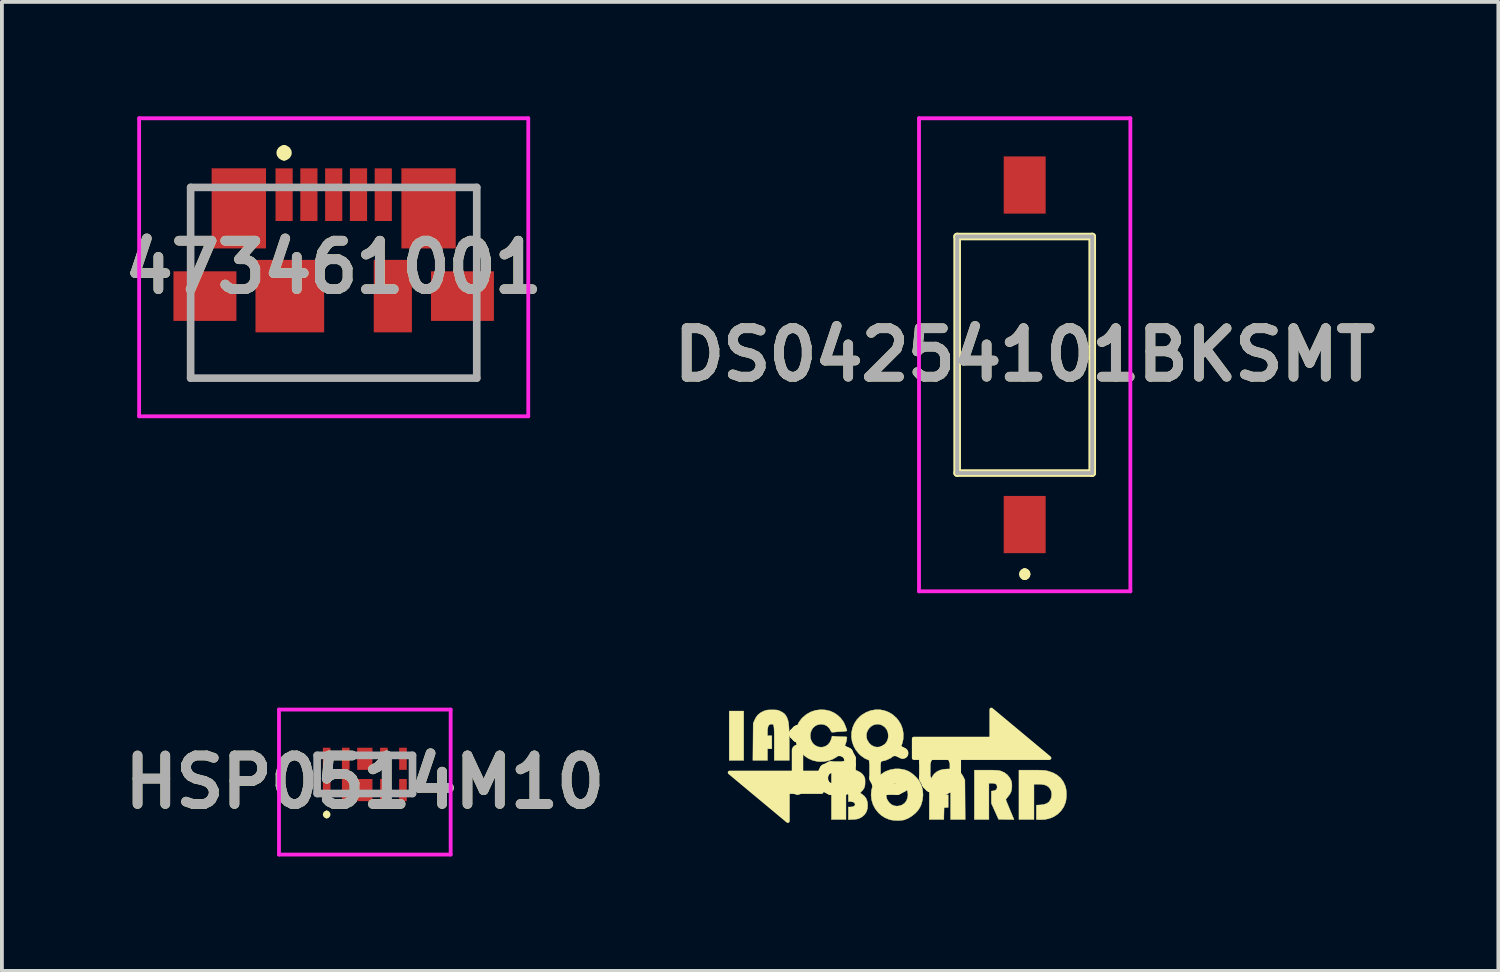
<source format=kicad_pcb>
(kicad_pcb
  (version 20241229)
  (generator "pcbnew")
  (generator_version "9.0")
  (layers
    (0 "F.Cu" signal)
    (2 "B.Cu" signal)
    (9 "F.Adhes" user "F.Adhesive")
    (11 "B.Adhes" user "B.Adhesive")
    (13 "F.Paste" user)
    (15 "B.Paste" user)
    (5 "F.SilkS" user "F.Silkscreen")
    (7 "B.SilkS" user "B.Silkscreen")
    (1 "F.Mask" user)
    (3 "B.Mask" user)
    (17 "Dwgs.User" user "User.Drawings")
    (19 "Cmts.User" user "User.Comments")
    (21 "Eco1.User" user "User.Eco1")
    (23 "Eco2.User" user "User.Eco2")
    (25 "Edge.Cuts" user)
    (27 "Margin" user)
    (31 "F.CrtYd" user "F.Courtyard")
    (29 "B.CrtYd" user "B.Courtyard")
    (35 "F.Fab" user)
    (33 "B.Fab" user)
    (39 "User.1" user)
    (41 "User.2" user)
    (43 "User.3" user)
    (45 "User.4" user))
  (footprint "473461001"
    (layer "F.Cu")
    (at 5.697 3.956)
    (property "Reference" "473461001" (at 0 0 0) (layer "F.SilkS") (effects (font (size 1.27 1.27) (thickness 0.254))))
    (attr smd)
    (fp_line (start -3.75 -2.094) (end -3.75 -0.467) (stroke (width 0.1) (type solid)) (layer "F.SilkS"))
    (fp_line (start -1.3 -3.1) (end -1.3 -3.1) (stroke (width 0.2) (type solid)) (layer "F.SilkS"))
    (fp_line (start -1.3 -2.9) (end -1.3 -2.9) (stroke (width 0.2) (type solid)) (layer "F.SilkS"))
    (fp_line (start 3.75 -2.094) (end 3.75 -0.467) (stroke (width 0.1) (type solid)) (layer "F.SilkS"))
    (fp_line (start 3.75 2.906) (end -3.75 2.906) (stroke (width 0.1) (type solid)) (layer "F.SilkS"))
    (fp_arc (start -1.3 -3.1) (mid -1.2 -3) (end -1.3 -2.9) (stroke (width 0.2) (type solid)) (layer "F.SilkS"))
    (fp_arc (start -1.3 -2.9) (mid -1.4 -3) (end -1.3 -3.1) (stroke (width 0.2) (type solid)) (layer "F.SilkS"))
    (fp_line (start -5.1 -3.906) (end 5.1 -3.906) (stroke (width 0.1) (type solid)) (layer "F.CrtYd"))
    (fp_line (start -5.1 3.906) (end -5.1 -3.906) (stroke (width 0.1) (type solid)) (layer "F.CrtYd"))
    (fp_line (start 5.1 -3.906) (end 5.1 3.906) (stroke (width 0.1) (type solid)) (layer "F.CrtYd"))
    (fp_line (start 5.1 3.906) (end -5.1 3.906) (stroke (width 0.1) (type solid)) (layer "F.CrtYd"))
    (fp_line (start -3.75 -2.094) (end 3.75 -2.094) (stroke (width 0.2) (type solid)) (layer "F.Fab"))
    (fp_line (start -3.75 2.906) (end -3.75 -2.094) (stroke (width 0.2) (type solid)) (layer "F.Fab"))
    (fp_line (start 3.75 -2.094) (end 3.75 2.906) (stroke (width 0.2) (type solid)) (layer "F.Fab"))
    (fp_line (start 3.75 2.906) (end -3.75 2.906) (stroke (width 0.2) (type solid)) (layer "F.Fab"))
    (fp_text user "${REFERENCE}" (at 0 0 0) (layer "F.Fab") (effects (font (size 1.27 1.27) (thickness 0.254))))
    (pad "1" smd rect (at -1.3 -1.903) (size 0.45 1.38) (layers "F.Cu" "F.Mask" "F.Paste"))
    (pad "2" smd rect (at -0.65 -1.903) (size 0.45 1.38) (layers "F.Cu" "F.Mask" "F.Paste"))
    (pad "3" smd rect (at 0 -1.903) (size 0.45 1.38) (layers "F.Cu" "F.Mask" "F.Paste"))
    (pad "4" smd rect (at 0.65 -1.903) (size 0.45 1.38) (layers "F.Cu" "F.Mask" "F.Paste"))
    (pad "5" smd rect (at 1.3 -1.903) (size 0.45 1.38) (layers "F.Cu" "F.Mask" "F.Paste"))
    (pad "6" smd rect (at -3.375 0.756 90) (size 1.3 1.65) (layers "F.Cu" "F.Mask" "F.Paste"))
    (pad "6" smd rect (at -2.487 -1.544) (size 1.425 2.1) (layers "F.Cu" "F.Mask" "F.Paste"))
    (pad "6" smd rect (at -1.15 0.756) (size 1.8 1.9) (layers "F.Cu" "F.Mask" "F.Paste"))
    (pad "6" smd rect (at 1.55 0.756) (size 1 1.9) (layers "F.Cu" "F.Mask" "F.Paste"))
    (pad "6" smd rect (at 2.487 -1.544) (size 1.425 2.1) (layers "F.Cu" "F.Mask" "F.Paste"))
    (pad "6" smd rect (at 3.375 0.756 90) (size 1.3 1.65) (layers "F.Cu" "F.Mask" "F.Paste")))
  (footprint "DS04254101BKSMT"
    (layer "F.Cu")
    (at 23.81 6.25)
    (property "Reference" "DS04254101BKSMT" (at 0 0 0) (layer "F.SilkS") (effects (font (size 1.27 1.27) (thickness 0.254))))
    (attr smd)
    (fp_line (start -1.77 -3.1) (end 1.77 -3.1) (stroke (width 0.2) (type solid)) (layer "F.SilkS"))
    (fp_line (start -1.77 3.1) (end -1.77 -3.1) (stroke (width 0.2) (type solid)) (layer "F.SilkS"))
    (fp_line (start 0 5.7) (end 0 5.7) (stroke (width 0.2) (type solid)) (layer "F.SilkS"))
    (fp_line (start 0 5.8) (end 0 5.8) (stroke (width 0.2) (type solid)) (layer "F.SilkS"))
    (fp_line (start 0 5.8) (end 0 5.8) (stroke (width 0.2) (type solid)) (layer "F.SilkS"))
    (fp_line (start 1.77 -3.1) (end 1.77 3.1) (stroke (width 0.2) (type solid)) (layer "F.SilkS"))
    (fp_line (start 1.77 3.1) (end -1.77 3.1) (stroke (width 0.2) (type solid)) (layer "F.SilkS"))
    (fp_arc (start 0 5.7) (mid 0.05 5.75) (end 0 5.8) (stroke (width 0.2) (type solid)) (layer "F.SilkS"))
    (fp_arc (start 0 5.7) (mid 0.05 5.75) (end 0 5.8) (stroke (width 0.2) (type solid)) (layer "F.SilkS"))
    (fp_arc (start 0 5.8) (mid -0.05 5.75) (end 0 5.7) (stroke (width 0.2) (type solid)) (layer "F.SilkS"))
    (fp_line (start -2.77 -6.2) (end 2.77 -6.2) (stroke (width 0.1) (type solid)) (layer "F.CrtYd"))
    (fp_line (start -2.77 6.2) (end -2.77 -6.2) (stroke (width 0.1) (type solid)) (layer "F.CrtYd"))
    (fp_line (start 2.77 -6.2) (end 2.77 6.2) (stroke (width 0.1) (type solid)) (layer "F.CrtYd"))
    (fp_line (start 2.77 6.2) (end -2.77 6.2) (stroke (width 0.1) (type solid)) (layer "F.CrtYd"))
    (fp_line (start -1.77 -3.1) (end -1.77 3.1) (stroke (width 0.1) (type solid)) (layer "F.Fab"))
    (fp_line (start -1.77 3.1) (end 1.77 3.1) (stroke (width 0.1) (type solid)) (layer "F.Fab"))
    (fp_line (start 1.77 -3.1) (end -1.77 -3.1) (stroke (width 0.1) (type solid)) (layer "F.Fab"))
    (fp_line (start 1.77 3.1) (end 1.77 -3.1) (stroke (width 0.1) (type solid)) (layer "F.Fab"))
    (fp_text user "${REFERENCE}" (at 0 0 0) (layer "F.Fab") (effects (font (size 1.27 1.27) (thickness 0.254))))
    (pad "1" smd rect (at 0 4.45) (size 1.1 1.5) (layers "F.Cu" "F.Mask" "F.Paste"))
    (pad "2" smd rect (at 0 -4.45) (size 1.1 1.5) (layers "F.Cu" "F.Mask" "F.Paste")))
  (footprint "iaco"
    (layer "F.Cu")
    (at 19.887 16.947)
    (property "Reference" "iaco" (at 0 0 0) (layer "F.SilkS") (effects (font (size 1.524 1.524) (thickness 0.3))))
    (attr through_hole)
    (fp_poly (pts (xy -3.81 0.254) (xy -1.397 0.254) (xy -1.397 0.762) (xy -2.286 0.762) (xy -2.286 1.524)) (stroke (width 0.1) (type solid)) (fill yes) (layer "F.SilkS"))
    (fp_poly (pts (xy -3.442 -0.064) (xy -3.823 -0.064) (xy -3.823 -1.359) (xy -3.442 -1.359) (xy -3.442 -0.064)) (stroke (width 0.01) (type solid)) (fill yes) (layer "F.SilkS"))
    (fp_poly (pts (xy 4.572 -0.127) (xy 1.016 -0.127) (xy 1.016 -0.635) (xy 3.048 -0.635) (xy 3.048 -1.397)) (stroke (width 0.1) (type solid)) (fill yes) (layer "F.SilkS"))
    (fp_poly (pts (xy 4.211 0.191) (xy 4.295 0.191) (xy 4.361 0.193) (xy 4.413 0.196) (xy 4.455 0.199) (xy 4.49 0.205) (xy 4.523 0.212) (xy 4.539 0.216) (xy 4.665 0.259) (xy 4.774 0.32) (xy 4.864 0.397) (xy 4.934 0.491) (xy 4.985 0.601) (xy 4.992 0.622) (xy 5.011 0.708) (xy 5.018 0.807) (xy 5.016 0.909) (xy 5.002 1.003) (xy 4.992 1.042) (xy 4.944 1.157) (xy 4.876 1.257) (xy 4.791 1.341) (xy 4.691 1.408) (xy 4.577 1.456) (xy 4.452 1.484) (xy 4.318 1.49) (xy 4.283 1.488) (xy 4.229 1.484) (xy 4.229 1.108) (xy 4.334 1.102) (xy 4.43 1.089) (xy 4.507 1.061) (xy 4.564 1.018) (xy 4.603 0.957) (xy 4.623 0.896) (xy 4.631 0.812) (xy 4.619 0.74) (xy 4.585 0.674) (xy 4.555 0.638) (xy 4.506 0.601) (xy 4.441 0.575) (xy 4.356 0.562) (xy 4.278 0.559) (xy 4.166 0.559) (xy 4.166 1.486) (xy 3.772 1.486) (xy 3.772 0.191) (xy 4.106 0.191) (xy 4.211 0.191)) (stroke (width 0.01) (type solid)) (fill yes) (layer "F.SilkS"))
    (fp_poly (pts (xy 3.013 0.191) (xy 3.091 0.191) (xy 3.152 0.193) (xy 3.199 0.196) (xy 3.235 0.2) (xy 3.266 0.205) (xy 3.295 0.213) (xy 3.306 0.216) (xy 3.394 0.256) (xy 3.472 0.317) (xy 3.533 0.395) (xy 3.552 0.429) (xy 3.571 0.471) (xy 3.581 0.508) (xy 3.586 0.551) (xy 3.588 0.61) (xy 3.582 0.693) (xy 3.565 0.762) (xy 3.531 0.826) (xy 3.479 0.893) (xy 3.452 0.925) (xy 3.434 0.951) (xy 3.429 0.962) (xy 3.434 0.978) (xy 3.449 1.018) (xy 3.474 1.08) (xy 3.51 1.166) (xy 3.555 1.275) (xy 3.61 1.406) (xy 3.624 1.439) (xy 3.644 1.487) (xy 3.238 1.48) (xy 3.049 1.06) (xy 3.048 0.74) (xy 3.1 0.733) (xy 3.154 0.718) (xy 3.187 0.689) (xy 3.2 0.646) (xy 3.2 0.636) (xy 3.194 0.59) (xy 3.173 0.559) (xy 3.134 0.541) (xy 3.076 0.534) (xy 3.055 0.533) (xy 2.985 0.533) (xy 2.985 1.486) (xy 2.603 1.486) (xy 2.603 0.191) (xy 2.913 0.19) (xy 3.013 0.191)) (stroke (width 0.01) (type solid)) (fill yes) (layer "F.SilkS"))
    (fp_poly (pts (xy 2.025 0.164) (xy 2.113 0.181) (xy 2.184 0.212) (xy 2.242 0.258) (xy 2.29 0.321) (xy 2.314 0.365) (xy 2.356 0.45) (xy 2.36 0.968) (xy 2.364 1.486) (xy 1.981 1.486) (xy 1.981 1.038) (xy 1.981 0.911) (xy 1.981 0.808) (xy 1.979 0.726) (xy 1.977 0.661) (xy 1.973 0.613) (xy 1.967 0.579) (xy 1.959 0.556) (xy 1.949 0.543) (xy 1.936 0.536) (xy 1.92 0.534) (xy 1.91 0.533) (xy 1.868 0.54) (xy 1.838 0.562) (xy 1.818 0.601) (xy 1.807 0.66) (xy 1.803 0.738) (xy 1.803 0.838) (xy 1.918 0.838) (xy 1.918 1.167) (xy 1.864 1.171) (xy 1.81 1.175) (xy 1.803 1.486) (xy 1.422 1.486) (xy 1.422 1.037) (xy 1.423 0.904) (xy 1.423 0.793) (xy 1.425 0.702) (xy 1.428 0.628) (xy 1.433 0.567) (xy 1.439 0.518) (xy 1.448 0.478) (xy 1.458 0.443) (xy 1.472 0.411) (xy 1.489 0.378) (xy 1.492 0.372) (xy 1.547 0.293) (xy 1.617 0.233) (xy 1.701 0.191) (xy 1.803 0.167) (xy 1.918 0.159) (xy 2.025 0.164)) (stroke (width 0.01) (type solid)) (fill yes) (layer "F.SilkS"))
    (fp_poly (pts (xy -0.487 0.197) (xy -0.412 0.235) (xy -0.36 0.267) (xy -0.322 0.303) (xy -0.299 0.336) (xy -0.28 0.369) (xy -0.268 0.398) (xy -0.262 0.432) (xy -0.261 0.479) (xy -0.26 0.507) (xy -0.263 0.576) (xy -0.273 0.629) (xy -0.292 0.673) (xy -0.325 0.718) (xy -0.348 0.742) (xy -0.391 0.788) (xy -0.358 0.809) (xy -0.285 0.865) (xy -0.235 0.929) (xy -0.205 1.007) (xy -0.193 1.087) (xy -0.197 1.188) (xy -0.223 1.277) (xy -0.27 1.352) (xy -0.338 1.413) (xy -0.388 1.442) (xy -0.431 1.461) (xy -0.475 1.473) (xy -0.528 1.48) (xy -0.578 1.483) (xy -0.699 1.489) (xy -0.699 1.156) (xy -0.638 1.156) (xy -0.581 1.149) (xy -0.542 1.13) (xy -0.524 1.1) (xy -0.523 1.082) (xy -0.539 1.048) (xy -0.576 1.026) (xy -0.632 1.016) (xy -0.645 1.016) (xy -0.699 1.016) (xy -0.699 0.673) (xy -0.667 0.673) (xy -0.632 0.663) (xy -0.602 0.639) (xy -0.585 0.608) (xy -0.584 0.599) (xy -0.596 0.566) (xy -0.628 0.544) (xy -0.68 0.534) (xy -0.696 0.533) (xy -0.762 0.533) (xy -0.762 1.486) (xy -1.143 1.486) (xy -1.143 0.189) (xy -0.487 0.197)) (stroke (width 0.01) (type solid)) (fill yes) (layer "F.SilkS"))
    (fp_poly (pts (xy -2.634 -1.389) (xy -2.588 -1.387) (xy -2.552 -1.381) (xy -2.52 -1.371) (xy -2.483 -1.355) (xy -2.483 -1.355) (xy -2.417 -1.319) (xy -2.369 -1.281) (xy -2.332 -1.232) (xy -2.305 -1.18) (xy -2.291 -1.144) (xy -2.28 -1.105) (xy -2.27 -1.06) (xy -2.263 -1.005) (xy -2.257 -0.939) (xy -2.253 -0.858) (xy -2.25 -0.761) (xy -2.249 -0.644) (xy -2.248 -0.505) (xy -2.248 -0.473) (xy -2.248 -0.064) (xy -2.642 -0.064) (xy -2.642 -0.512) (xy -2.642 -0.638) (xy -2.642 -0.741) (xy -2.644 -0.824) (xy -2.646 -0.888) (xy -2.65 -0.936) (xy -2.656 -0.97) (xy -2.663 -0.993) (xy -2.673 -1.007) (xy -2.686 -1.013) (xy -2.702 -1.016) (xy -2.713 -1.016) (xy -2.754 -1.009) (xy -2.784 -0.987) (xy -2.804 -0.947) (xy -2.816 -0.887) (xy -2.819 -0.805) (xy -2.819 -0.803) (xy -2.819 -0.711) (xy -2.705 -0.711) (xy -2.705 -0.368) (xy -2.819 -0.368) (xy -2.819 -0.064) (xy -3.202 -0.064) (xy -3.194 -1.035) (xy -3.161 -1.113) (xy -3.117 -1.2) (xy -3.063 -1.266) (xy -2.994 -1.319) (xy -2.917 -1.357) (xy -2.877 -1.372) (xy -2.84 -1.382) (xy -2.798 -1.387) (xy -2.743 -1.39) (xy -2.699 -1.39) (xy -2.634 -1.389)) (stroke (width 0.01) (type solid)) (fill yes) (layer "F.SilkS"))
    (fp_poly (pts (xy 0.13 -1.393) (xy 0.249 -1.37) (xy 0.363 -1.326) (xy 0.469 -1.261) (xy 0.564 -1.174) (xy 0.609 -1.12) (xy 0.678 -1.008) (xy 0.723 -0.889) (xy 0.743 -0.763) (xy 0.739 -0.63) (xy 0.738 -0.618) (xy 0.709 -0.497) (xy 0.659 -0.384) (xy 0.589 -0.281) (xy 0.503 -0.193) (xy 0.403 -0.122) (xy 0.291 -0.071) (xy 0.254 -0.059) (xy 0.159 -0.04) (xy 0.061 -0.033) (xy -0.028 -0.037) (xy -0.033 -0.038) (xy -0.158 -0.068) (xy -0.269 -0.118) (xy -0.372 -0.191) (xy -0.425 -0.242) (xy -0.506 -0.342) (xy -0.565 -0.452) (xy -0.603 -0.568) (xy -0.619 -0.687) (xy -0.618 -0.699) (xy -0.227 -0.699) (xy -0.213 -0.623) (xy -0.202 -0.597) (xy -0.156 -0.522) (xy -0.097 -0.465) (xy -0.029 -0.428) (xy 0.046 -0.412) (xy 0.124 -0.419) (xy 0.187 -0.443) (xy 0.259 -0.493) (xy 0.31 -0.558) (xy 0.34 -0.636) (xy 0.348 -0.711) (xy 0.337 -0.801) (xy 0.304 -0.878) (xy 0.251 -0.942) (xy 0.178 -0.989) (xy 0.172 -0.992) (xy 0.098 -1.014) (xy 0.025 -1.012) (xy -0.043 -0.992) (xy -0.105 -0.955) (xy -0.157 -0.904) (xy -0.197 -0.842) (xy -0.221 -0.773) (xy -0.227 -0.699) (xy -0.618 -0.699) (xy -0.614 -0.806) (xy -0.588 -0.922) (xy -0.541 -1.033) (xy -0.474 -1.135) (xy -0.387 -1.225) (xy -0.346 -1.257) (xy -0.233 -1.325) (xy -0.114 -1.371) (xy 0.008 -1.393) (xy 0.13 -1.393)) (stroke (width 0.01) (type solid)) (fill yes) (layer "F.SilkS"))
    (fp_poly (pts (xy 0.65 0.158) (xy 0.772 0.18) (xy 0.871 0.217) (xy 0.943 0.259) (xy 1.018 0.319) (xy 1.089 0.387) (xy 1.147 0.458) (xy 1.167 0.488) (xy 1.219 0.598) (xy 1.249 0.717) (xy 1.258 0.842) (xy 1.245 0.968) (xy 1.211 1.092) (xy 1.184 1.154) (xy 1.133 1.236) (xy 1.062 1.315) (xy 0.977 1.386) (xy 0.885 1.444) (xy 0.791 1.486) (xy 0.749 1.498) (xy 0.675 1.508) (xy 0.589 1.512) (xy 0.501 1.507) (xy 0.42 1.496) (xy 0.368 1.482) (xy 0.26 1.437) (xy 0.168 1.379) (xy 0.088 1.307) (xy 0.007 1.206) (xy -0.052 1.094) (xy -0.089 0.974) (xy -0.103 0.849) (xy -0.1 0.806) (xy 0.294 0.806) (xy 0.296 0.879) (xy 0.311 0.944) (xy 0.317 0.959) (xy 0.366 1.035) (xy 0.427 1.091) (xy 0.498 1.124) (xy 0.577 1.134) (xy 0.66 1.121) (xy 0.708 1.102) (xy 0.772 1.059) (xy 0.82 0.998) (xy 0.851 0.923) (xy 0.863 0.837) (xy 0.863 0.829) (xy 0.852 0.746) (xy 0.822 0.674) (xy 0.777 0.616) (xy 0.719 0.572) (xy 0.654 0.544) (xy 0.583 0.534) (xy 0.511 0.542) (xy 0.442 0.57) (xy 0.378 0.62) (xy 0.364 0.636) (xy 0.335 0.675) (xy 0.312 0.716) (xy 0.305 0.736) (xy 0.294 0.806) (xy -0.1 0.806) (xy -0.094 0.722) (xy -0.061 0.596) (xy -0.035 0.533) (xy 0.014 0.452) (xy 0.081 0.372) (xy 0.16 0.3) (xy 0.245 0.242) (xy 0.281 0.222) (xy 0.4 0.179) (xy 0.525 0.157) (xy 0.65 0.158)) (stroke (width 0.01) (type solid)) (fill yes) (layer "F.SilkS"))
    (fp_poly (pts (xy -1.299 -1.387) (xy -1.181 -1.36) (xy -1.08 -1.316) (xy -0.985 -1.253) (xy -0.9 -1.175) (xy -0.834 -1.087) (xy -0.826 -1.074) (xy -0.806 -1.035) (xy -0.785 -0.986) (xy -0.765 -0.935) (xy -0.748 -0.888) (xy -0.738 -0.852) (xy -0.737 -0.84) (xy -0.748 -0.835) (xy -0.781 -0.829) (xy -0.829 -0.824) (xy -0.886 -0.82) (xy -0.951 -0.816) (xy -1.012 -0.812) (xy -1.061 -0.807) (xy -1.088 -0.805) (xy -1.122 -0.801) (xy -1.141 -0.808) (xy -1.154 -0.828) (xy -1.16 -0.841) (xy -1.202 -0.913) (xy -1.261 -0.968) (xy -1.331 -1.002) (xy -1.41 -1.014) (xy -1.44 -1.012) (xy -1.519 -0.994) (xy -1.583 -0.957) (xy -1.634 -0.907) (xy -1.669 -0.846) (xy -1.691 -0.778) (xy -1.697 -0.707) (xy -1.689 -0.636) (xy -1.665 -0.569) (xy -1.627 -0.51) (xy -1.573 -0.461) (xy -1.505 -0.426) (xy -1.459 -0.414) (xy -1.379 -0.412) (xy -1.305 -0.432) (xy -1.24 -0.473) (xy -1.188 -0.533) (xy -1.152 -0.608) (xy -1.148 -0.622) (xy -1.125 -0.702) (xy -1.031 -0.694) (xy -0.967 -0.69) (xy -0.894 -0.687) (xy -0.836 -0.686) (xy -0.786 -0.685) (xy -0.757 -0.683) (xy -0.742 -0.677) (xy -0.737 -0.667) (xy -0.737 -0.657) (xy -0.745 -0.592) (xy -0.766 -0.515) (xy -0.799 -0.432) (xy -0.84 -0.35) (xy -0.886 -0.277) (xy -0.927 -0.225) (xy -1.009 -0.153) (xy -1.108 -0.097) (xy -1.219 -0.057) (xy -1.338 -0.035) (xy -1.461 -0.033) (xy -1.512 -0.037) (xy -1.636 -0.066) (xy -1.749 -0.116) (xy -1.849 -0.184) (xy -1.934 -0.269) (xy -2.003 -0.367) (xy -2.054 -0.476) (xy -2.084 -0.595) (xy -2.092 -0.719) (xy -2.079 -0.839) (xy -2.047 -0.959) (xy -1.997 -1.063) (xy -1.929 -1.156) (xy -1.893 -1.193) (xy -1.792 -1.277) (xy -1.68 -1.338) (xy -1.558 -1.378) (xy -1.43 -1.394) (xy -1.299 -1.387)) (stroke (width 0.01) (type solid)) (fill yes) (layer "F.SilkS")))
  (footprint "HSP0514M10"
    (layer "F.Cu")
    (at 6.513 17.25)
    (property "Reference" "HSP0514M10" (at 0 0.2 0) (layer "F.SilkS") (effects (font (size 1.27 1.27) (thickness 0.254))))
    (attr smd)
    (fp_line (start -1.25 0.2) (end -1.25 -0.2) (stroke (width 0.1) (type solid)) (layer "F.SilkS"))
    (fp_line (start -1 1) (end -1 1) (stroke (width 0.1) (type solid)) (layer "F.SilkS"))
    (fp_line (start -1 1.1) (end -1 1.1) (stroke (width 0.1) (type solid)) (layer "F.SilkS"))
    (fp_line (start 1.25 0.2) (end 1.25 -0.2) (stroke (width 0.1) (type solid)) (layer "F.SilkS"))
    (fp_arc (start -1 1) (mid -0.95 1.05) (end -1 1.1) (stroke (width 0.1) (type solid)) (layer "F.SilkS"))
    (fp_arc (start -1 1.1) (mid -1.05 1.05) (end -1 1) (stroke (width 0.1) (type solid)) (layer "F.SilkS"))
    (fp_line (start -2.25 -1.7) (end 2.25 -1.7) (stroke (width 0.1) (type solid)) (layer "F.CrtYd"))
    (fp_line (start -2.25 2.1) (end -2.25 -1.7) (stroke (width 0.1) (type solid)) (layer "F.CrtYd"))
    (fp_line (start 2.25 -1.7) (end 2.25 2.1) (stroke (width 0.1) (type solid)) (layer "F.CrtYd"))
    (fp_line (start 2.25 2.1) (end -2.25 2.1) (stroke (width 0.1) (type solid)) (layer "F.CrtYd"))
    (fp_line (start -1.25 -0.5) (end 1.25 -0.5) (stroke (width 0.2) (type solid)) (layer "F.Fab"))
    (fp_line (start -1.25 0.5) (end -1.25 -0.5) (stroke (width 0.2) (type solid)) (layer "F.Fab"))
    (fp_line (start 1.25 -0.5) (end 1.25 0.5) (stroke (width 0.2) (type solid)) (layer "F.Fab"))
    (fp_line (start 1.25 0.5) (end -1.25 0.5) (stroke (width 0.2) (type solid)) (layer "F.Fab"))
    (fp_text user "${REFERENCE}" (at 0 0.2 0) (layer "F.Fab") (effects (font (size 1.27 1.27) (thickness 0.254))))
    (pad "1" smd rect (at -1 0.41) (size 0.2 0.58) (layers "F.Cu" "F.Mask" "F.Paste"))
    (pad "2" smd rect (at -0.5 0.41) (size 0.2 0.58) (layers "F.Cu" "F.Mask" "F.Paste"))
    (pad "3" smd rect (at 0 0.41) (size 0.4 0.58) (layers "F.Cu" "F.Mask" "F.Paste"))
    (pad "4" smd rect (at 0.5 0.41) (size 0.2 0.58) (layers "F.Cu" "F.Mask" "F.Paste"))
    (pad "5" smd rect (at 1 0.41) (size 0.2 0.58) (layers "F.Cu" "F.Mask" "F.Paste"))
    (pad "6" smd rect (at 1 -0.41) (size 0.2 0.58) (layers "F.Cu" "F.Mask" "F.Paste"))
    (pad "7" smd rect (at 0.5 -0.41) (size 0.2 0.58) (layers "F.Cu" "F.Mask" "F.Paste"))
    (pad "8" smd rect (at 0 -0.41) (size 0.4 0.58) (layers "F.Cu" "F.Mask" "F.Paste"))
    (pad "9" smd rect (at -0.5 -0.41) (size 0.2 0.58) (layers "F.Cu" "F.Mask" "F.Paste"))
    (pad "10" smd rect (at -1 -0.41) (size 0.2 0.58) (layers "F.Cu" "F.Mask" "F.Paste")))
  (gr_rect
    (start -3 -3)
    (end 36.226 22.4)
    (stroke (width 0.1) (type default))
    (fill no)
    (layer "Edge.Cuts")))
</source>
